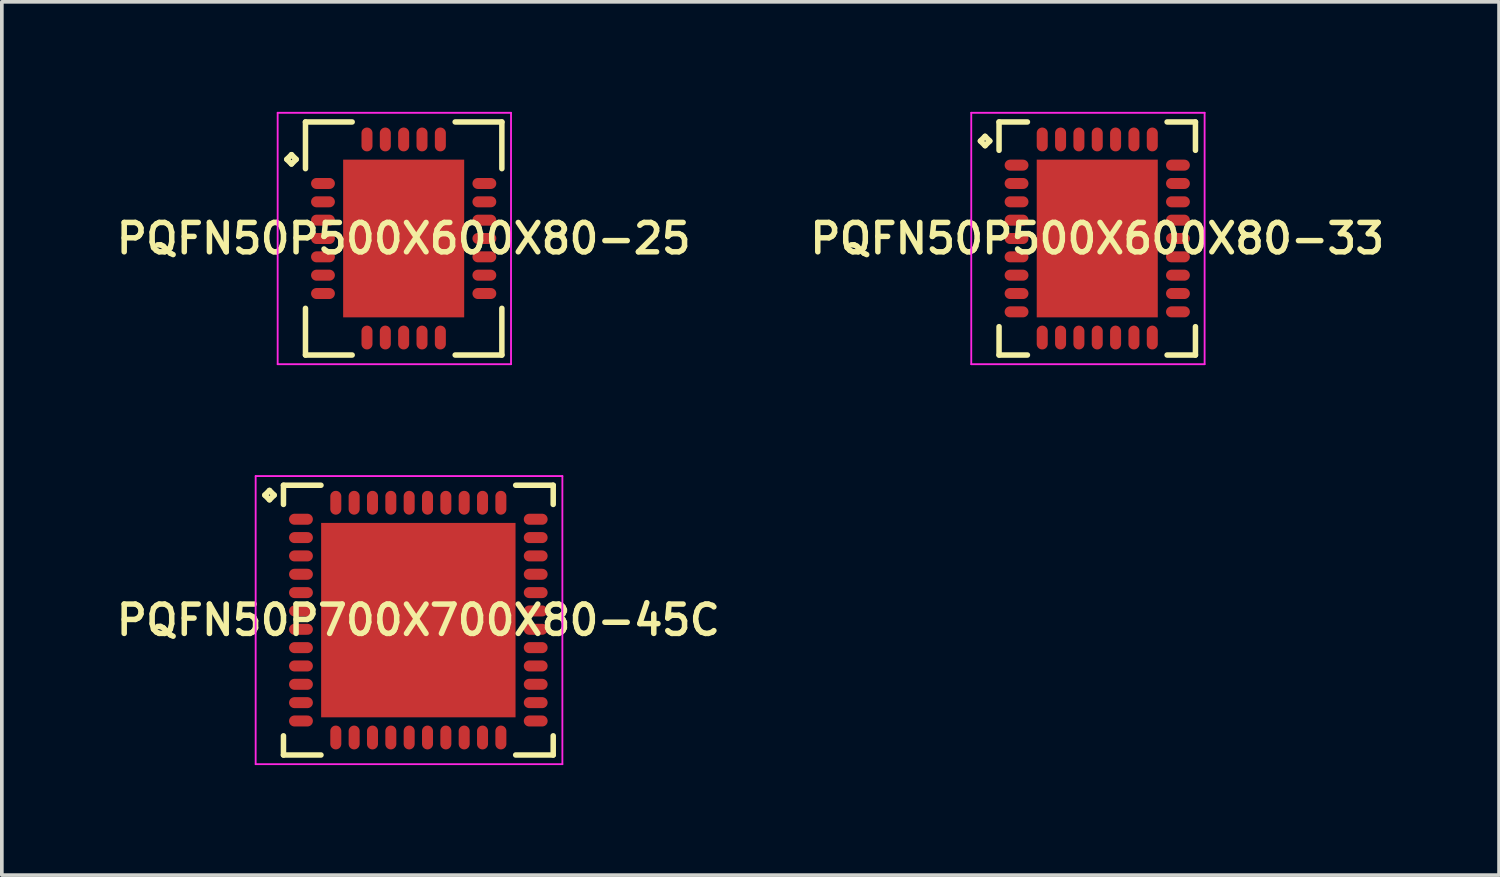
<source format=kicad_pcb>
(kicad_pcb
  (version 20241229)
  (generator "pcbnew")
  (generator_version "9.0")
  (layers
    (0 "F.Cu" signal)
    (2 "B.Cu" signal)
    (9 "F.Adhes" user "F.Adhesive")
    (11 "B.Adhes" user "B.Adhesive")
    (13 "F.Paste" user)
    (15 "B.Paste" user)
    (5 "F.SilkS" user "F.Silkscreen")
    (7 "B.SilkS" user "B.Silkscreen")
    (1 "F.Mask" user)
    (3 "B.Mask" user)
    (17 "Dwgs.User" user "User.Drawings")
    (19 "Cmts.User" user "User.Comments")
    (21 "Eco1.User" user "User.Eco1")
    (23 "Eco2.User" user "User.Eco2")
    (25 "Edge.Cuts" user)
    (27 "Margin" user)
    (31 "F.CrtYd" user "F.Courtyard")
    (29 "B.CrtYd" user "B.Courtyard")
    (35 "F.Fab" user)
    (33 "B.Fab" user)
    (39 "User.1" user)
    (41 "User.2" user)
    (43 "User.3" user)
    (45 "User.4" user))
  (footprint "PQFN50P700X700X80-45C"
    (layer "F.Cu")
    (at 8.355 13.856)
    (property "Reference" "PQFN50P700X700X80-45C" (at 0 0 0) (layer "F.SilkS") (effects (font (size 0.8 0.8) (thickness 0.15))))
    (attr smd)
    (fp_line (start -4.185 -3.408) (end -4.058 -3.535) (stroke (width 0.15) (type solid)) (layer "F.SilkS"))
    (fp_line (start -4.058 -3.535) (end -3.931 -3.408) (stroke (width 0.15) (type solid)) (layer "F.SilkS"))
    (fp_line (start -4.058 -3.281) (end -4.185 -3.408) (stroke (width 0.15) (type solid)) (layer "F.SilkS"))
    (fp_line (start -3.931 -3.408) (end -4.058 -3.281) (stroke (width 0.15) (type solid)) (layer "F.SilkS"))
    (fp_line (start -3.677 -3.677) (end -2.654 -3.677) (stroke (width 0.15) (type solid)) (layer "F.SilkS"))
    (fp_line (start -3.677 -3.154) (end -3.677 -3.677) (stroke (width 0.15) (type solid)) (layer "F.SilkS"))
    (fp_line (start -3.677 3.154) (end -3.677 3.677) (stroke (width 0.15) (type solid)) (layer "F.SilkS"))
    (fp_line (start -3.677 3.677) (end -2.654 3.677) (stroke (width 0.15) (type solid)) (layer "F.SilkS"))
    (fp_line (start 2.654 -3.677) (end 3.677 -3.677) (stroke (width 0.15) (type solid)) (layer "F.SilkS"))
    (fp_line (start 2.654 3.677) (end 3.677 3.677) (stroke (width 0.15) (type solid)) (layer "F.SilkS"))
    (fp_line (start 3.677 -3.677) (end 3.677 -3.154) (stroke (width 0.15) (type solid)) (layer "F.SilkS"))
    (fp_line (start 3.677 3.677) (end 3.677 3.154) (stroke (width 0.15) (type solid)) (layer "F.SilkS"))
    (fp_line (start -4.435 -3.927) (end 3.927 -3.927) (stroke (width 0.05) (type solid)) (layer "F.CrtYd"))
    (fp_line (start -4.435 3.927) (end -4.435 -3.927) (stroke (width 0.05) (type solid)) (layer "F.CrtYd"))
    (fp_line (start 3.927 -3.927) (end 3.927 3.927) (stroke (width 0.05) (type solid)) (layer "F.CrtYd"))
    (fp_line (start 3.927 3.927) (end -4.435 3.927) (stroke (width 0.05) (type solid)) (layer "F.CrtYd"))
    (pad "1" smd oval (at -3.2 -2.75) (size 0.65 0.3) (layers "F.Cu" "F.Mask" "F.Paste"))
    (pad "2" smd oval (at -3.2 -2.25) (size 0.65 0.3) (layers "F.Cu" "F.Mask" "F.Paste"))
    (pad "3" smd oval (at -3.2 -1.75) (size 0.65 0.3) (layers "F.Cu" "F.Mask" "F.Paste"))
    (pad "4" smd oval (at -3.2 -1.25) (size 0.65 0.3) (layers "F.Cu" "F.Mask" "F.Paste"))
    (pad "5" smd oval (at -3.2 -0.75) (size 0.65 0.3) (layers "F.Cu" "F.Mask" "F.Paste"))
    (pad "6" smd oval (at -3.2 -0.25) (size 0.65 0.3) (layers "F.Cu" "F.Mask" "F.Paste"))
    (pad "7" smd oval (at -3.2 0.25) (size 0.65 0.3) (layers "F.Cu" "F.Mask" "F.Paste"))
    (pad "8" smd oval (at -3.2 0.75) (size 0.65 0.3) (layers "F.Cu" "F.Mask" "F.Paste"))
    (pad "9" smd oval (at -3.2 1.25) (size 0.65 0.3) (layers "F.Cu" "F.Mask" "F.Paste"))
    (pad "10" smd oval (at -3.2 1.75) (size 0.65 0.3) (layers "F.Cu" "F.Mask" "F.Paste"))
    (pad "11" smd oval (at -3.2 2.25) (size 0.65 0.3) (layers "F.Cu" "F.Mask" "F.Paste"))
    (pad "12" smd oval (at -3.2 2.75) (size 0.65 0.3) (layers "F.Cu" "F.Mask" "F.Paste"))
    (pad "13" smd oval (at -2.25 3.2) (size 0.3 0.65) (layers "F.Cu" "F.Mask" "F.Paste"))
    (pad "14" smd oval (at -1.75 3.2) (size 0.3 0.65) (layers "F.Cu" "F.Mask" "F.Paste"))
    (pad "15" smd oval (at -1.25 3.2) (size 0.3 0.65) (layers "F.Cu" "F.Mask" "F.Paste"))
    (pad "16" smd oval (at -0.75 3.2) (size 0.3 0.65) (layers "F.Cu" "F.Mask" "F.Paste"))
    (pad "17" smd oval (at -0.25 3.2) (size 0.3 0.65) (layers "F.Cu" "F.Mask" "F.Paste"))
    (pad "18" smd oval (at 0.25 3.2) (size 0.3 0.65) (layers "F.Cu" "F.Mask" "F.Paste"))
    (pad "19" smd oval (at 0.75 3.2) (size 0.3 0.65) (layers "F.Cu" "F.Mask" "F.Paste"))
    (pad "20" smd oval (at 1.25 3.2) (size 0.3 0.65) (layers "F.Cu" "F.Mask" "F.Paste"))
    (pad "21" smd oval (at 1.75 3.2) (size 0.3 0.65) (layers "F.Cu" "F.Mask" "F.Paste"))
    (pad "22" smd oval (at 2.25 3.2) (size 0.3 0.65) (layers "F.Cu" "F.Mask" "F.Paste"))
    (pad "23" smd oval (at 3.2 2.75) (size 0.65 0.3) (layers "F.Cu" "F.Mask" "F.Paste"))
    (pad "24" smd oval (at 3.2 2.25) (size 0.65 0.3) (layers "F.Cu" "F.Mask" "F.Paste"))
    (pad "25" smd oval (at 3.2 1.75) (size 0.65 0.3) (layers "F.Cu" "F.Mask" "F.Paste"))
    (pad "26" smd oval (at 3.2 1.25) (size 0.65 0.3) (layers "F.Cu" "F.Mask" "F.Paste"))
    (pad "27" smd oval (at 3.2 0.75) (size 0.65 0.3) (layers "F.Cu" "F.Mask" "F.Paste"))
    (pad "28" smd oval (at 3.2 0.25) (size 0.65 0.3) (layers "F.Cu" "F.Mask" "F.Paste"))
    (pad "29" smd oval (at 3.2 -0.25) (size 0.65 0.3) (layers "F.Cu" "F.Mask" "F.Paste"))
    (pad "30" smd oval (at 3.2 -0.75) (size 0.65 0.3) (layers "F.Cu" "F.Mask" "F.Paste"))
    (pad "31" smd oval (at 3.2 -1.25) (size 0.65 0.3) (layers "F.Cu" "F.Mask" "F.Paste"))
    (pad "32" smd oval (at 3.2 -1.75) (size 0.65 0.3) (layers "F.Cu" "F.Mask" "F.Paste"))
    (pad "33" smd oval (at 3.2 -2.25) (size 0.65 0.3) (layers "F.Cu" "F.Mask" "F.Paste"))
    (pad "34" smd oval (at 3.2 -2.75) (size 0.65 0.3) (layers "F.Cu" "F.Mask" "F.Paste"))
    (pad "35" smd oval (at 2.25 -3.2) (size 0.3 0.65) (layers "F.Cu" "F.Mask" "F.Paste"))
    (pad "36" smd oval (at 1.75 -3.2) (size 0.3 0.65) (layers "F.Cu" "F.Mask" "F.Paste"))
    (pad "37" smd oval (at 1.25 -3.2) (size 0.3 0.65) (layers "F.Cu" "F.Mask" "F.Paste"))
    (pad "38" smd oval (at 0.75 -3.2) (size 0.3 0.65) (layers "F.Cu" "F.Mask" "F.Paste"))
    (pad "39" smd oval (at 0.25 -3.2) (size 0.3 0.65) (layers "F.Cu" "F.Mask" "F.Paste"))
    (pad "40" smd oval (at -0.25 -3.2) (size 0.3 0.65) (layers "F.Cu" "F.Mask" "F.Paste"))
    (pad "41" smd oval (at -0.75 -3.2) (size 0.3 0.65) (layers "F.Cu" "F.Mask" "F.Paste"))
    (pad "42" smd oval (at -1.25 -3.2) (size 0.3 0.65) (layers "F.Cu" "F.Mask" "F.Paste"))
    (pad "43" smd oval (at -1.75 -3.2) (size 0.3 0.65) (layers "F.Cu" "F.Mask" "F.Paste"))
    (pad "44" smd oval (at -2.25 -3.2) (size 0.3 0.65) (layers "F.Cu" "F.Mask" "F.Paste"))
    (pad "45" smd rect (at 0 0) (size 5.3 5.3) (layers "F.Cu" "F.Mask" "F.Paste")))
  (footprint "PQFN50P500X600X80-25"
    (layer "F.Cu")
    (at 7.955 3.452)
    (property "Reference" "PQFN50P500X600X80-25" (at 0 0 0) (layer "F.SilkS") (effects (font (size 0.8 0.8) (thickness 0.15))))
    (attr smd)
    (fp_line (start -3.185 -2.158) (end -3.058 -2.285) (stroke (width 0.15) (type solid)) (layer "F.SilkS"))
    (fp_line (start -3.058 -2.285) (end -2.931 -2.158) (stroke (width 0.15) (type solid)) (layer "F.SilkS"))
    (fp_line (start -3.058 -2.031) (end -3.185 -2.158) (stroke (width 0.15) (type solid)) (layer "F.SilkS"))
    (fp_line (start -2.931 -2.158) (end -3.058 -2.031) (stroke (width 0.15) (type solid)) (layer "F.SilkS"))
    (fp_line (start -2.677 -3.177) (end -1.404 -3.177) (stroke (width 0.15) (type solid)) (layer "F.SilkS"))
    (fp_line (start -2.677 -1.904) (end -2.677 -3.177) (stroke (width 0.15) (type solid)) (layer "F.SilkS"))
    (fp_line (start -2.677 1.904) (end -2.677 3.177) (stroke (width 0.15) (type solid)) (layer "F.SilkS"))
    (fp_line (start -2.677 3.177) (end -1.404 3.177) (stroke (width 0.15) (type solid)) (layer "F.SilkS"))
    (fp_line (start 1.404 -3.177) (end 2.677 -3.177) (stroke (width 0.15) (type solid)) (layer "F.SilkS"))
    (fp_line (start 1.404 3.177) (end 2.677 3.177) (stroke (width 0.15) (type solid)) (layer "F.SilkS"))
    (fp_line (start 2.677 -3.177) (end 2.677 -1.904) (stroke (width 0.15) (type solid)) (layer "F.SilkS"))
    (fp_line (start 2.677 3.177) (end 2.677 1.904) (stroke (width 0.15) (type solid)) (layer "F.SilkS"))
    (fp_line (start -3.435 -3.427) (end 2.927 -3.427) (stroke (width 0.05) (type solid)) (layer "F.CrtYd"))
    (fp_line (start -3.435 3.427) (end -3.435 -3.427) (stroke (width 0.05) (type solid)) (layer "F.CrtYd"))
    (fp_line (start 2.927 -3.427) (end 2.927 3.427) (stroke (width 0.05) (type solid)) (layer "F.CrtYd"))
    (fp_line (start 2.927 3.427) (end -3.435 3.427) (stroke (width 0.05) (type solid)) (layer "F.CrtYd"))
    (pad "1" smd oval (at -2.2 -1.5) (size 0.65 0.3) (layers "F.Cu" "F.Mask" "F.Paste"))
    (pad "2" smd oval (at -2.2 -1) (size 0.65 0.3) (layers "F.Cu" "F.Mask" "F.Paste"))
    (pad "3" smd oval (at -2.2 -0.5) (size 0.65 0.3) (layers "F.Cu" "F.Mask" "F.Paste"))
    (pad "4" smd oval (at -2.2 0) (size 0.65 0.3) (layers "F.Cu" "F.Mask" "F.Paste"))
    (pad "5" smd oval (at -2.2 0.5) (size 0.65 0.3) (layers "F.Cu" "F.Mask" "F.Paste"))
    (pad "6" smd oval (at -2.2 1) (size 0.65 0.3) (layers "F.Cu" "F.Mask" "F.Paste"))
    (pad "7" smd oval (at -2.2 1.5) (size 0.65 0.3) (layers "F.Cu" "F.Mask" "F.Paste"))
    (pad "8" smd oval (at -1 2.7) (size 0.3 0.65) (layers "F.Cu" "F.Mask" "F.Paste"))
    (pad "9" smd oval (at -0.5 2.7) (size 0.3 0.65) (layers "F.Cu" "F.Mask" "F.Paste"))
    (pad "10" smd oval (at 0 2.7) (size 0.3 0.65) (layers "F.Cu" "F.Mask" "F.Paste"))
    (pad "11" smd oval (at 0.5 2.7) (size 0.3 0.65) (layers "F.Cu" "F.Mask" "F.Paste"))
    (pad "12" smd oval (at 1 2.7) (size 0.3 0.65) (layers "F.Cu" "F.Mask" "F.Paste"))
    (pad "13" smd oval (at 2.2 1.5) (size 0.65 0.3) (layers "F.Cu" "F.Mask" "F.Paste"))
    (pad "14" smd oval (at 2.2 1) (size 0.65 0.3) (layers "F.Cu" "F.Mask" "F.Paste"))
    (pad "15" smd oval (at 2.2 0.5) (size 0.65 0.3) (layers "F.Cu" "F.Mask" "F.Paste"))
    (pad "16" smd oval (at 2.2 0) (size 0.65 0.3) (layers "F.Cu" "F.Mask" "F.Paste"))
    (pad "17" smd oval (at 2.2 -0.5) (size 0.65 0.3) (layers "F.Cu" "F.Mask" "F.Paste"))
    (pad "18" smd oval (at 2.2 -1) (size 0.65 0.3) (layers "F.Cu" "F.Mask" "F.Paste"))
    (pad "19" smd oval (at 2.2 -1.5) (size 0.65 0.3) (layers "F.Cu" "F.Mask" "F.Paste"))
    (pad "20" smd oval (at 1 -2.7) (size 0.3 0.65) (layers "F.Cu" "F.Mask" "F.Paste"))
    (pad "21" smd oval (at 0.5 -2.7) (size 0.3 0.65) (layers "F.Cu" "F.Mask" "F.Paste"))
    (pad "22" smd oval (at 0 -2.7) (size 0.3 0.65) (layers "F.Cu" "F.Mask" "F.Paste"))
    (pad "23" smd oval (at -0.5 -2.7) (size 0.3 0.65) (layers "F.Cu" "F.Mask" "F.Paste"))
    (pad "24" smd oval (at -1 -2.7) (size 0.3 0.65) (layers "F.Cu" "F.Mask" "F.Paste"))
    (pad "25" smd rect (at 0 0) (size 3.3 4.3) (layers "F.Cu" "F.Mask" "F.Paste")))
  (footprint "PQFN50P500X600X80-33"
    (layer "F.Cu")
    (at 26.864 3.452)
    (property "Reference" "PQFN50P500X600X80-33" (at 0 0 0) (layer "F.SilkS") (effects (font (size 0.8 0.8) (thickness 0.15))))
    (attr smd)
    (fp_line (start -3.185 -2.658) (end -3.058 -2.785) (stroke (width 0.15) (type solid)) (layer "F.SilkS"))
    (fp_line (start -3.058 -2.785) (end -2.931 -2.658) (stroke (width 0.15) (type solid)) (layer "F.SilkS"))
    (fp_line (start -3.058 -2.531) (end -3.185 -2.658) (stroke (width 0.15) (type solid)) (layer "F.SilkS"))
    (fp_line (start -2.931 -2.658) (end -3.058 -2.531) (stroke (width 0.15) (type solid)) (layer "F.SilkS"))
    (fp_line (start -2.677 -3.177) (end -1.904 -3.177) (stroke (width 0.15) (type solid)) (layer "F.SilkS"))
    (fp_line (start -2.677 -2.404) (end -2.677 -3.177) (stroke (width 0.15) (type solid)) (layer "F.SilkS"))
    (fp_line (start -2.677 2.404) (end -2.677 3.177) (stroke (width 0.15) (type solid)) (layer "F.SilkS"))
    (fp_line (start -2.677 3.177) (end -1.904 3.177) (stroke (width 0.15) (type solid)) (layer "F.SilkS"))
    (fp_line (start 1.904 -3.177) (end 2.677 -3.177) (stroke (width 0.15) (type solid)) (layer "F.SilkS"))
    (fp_line (start 1.904 3.177) (end 2.677 3.177) (stroke (width 0.15) (type solid)) (layer "F.SilkS"))
    (fp_line (start 2.677 -3.177) (end 2.677 -2.404) (stroke (width 0.15) (type solid)) (layer "F.SilkS"))
    (fp_line (start 2.677 3.177) (end 2.677 2.404) (stroke (width 0.15) (type solid)) (layer "F.SilkS"))
    (fp_line (start -3.435 -3.427) (end 2.927 -3.427) (stroke (width 0.05) (type solid)) (layer "F.CrtYd"))
    (fp_line (start -3.435 3.427) (end -3.435 -3.427) (stroke (width 0.05) (type solid)) (layer "F.CrtYd"))
    (fp_line (start 2.927 -3.427) (end 2.927 3.427) (stroke (width 0.05) (type solid)) (layer "F.CrtYd"))
    (fp_line (start 2.927 3.427) (end -3.435 3.427) (stroke (width 0.05) (type solid)) (layer "F.CrtYd"))
    (pad "1" smd oval (at -2.2 -2) (size 0.65 0.3) (layers "F.Cu" "F.Mask" "F.Paste"))
    (pad "2" smd oval (at -2.2 -1.5) (size 0.65 0.3) (layers "F.Cu" "F.Mask" "F.Paste"))
    (pad "3" smd oval (at -2.2 -1) (size 0.65 0.3) (layers "F.Cu" "F.Mask" "F.Paste"))
    (pad "4" smd oval (at -2.2 -0.5) (size 0.65 0.3) (layers "F.Cu" "F.Mask" "F.Paste"))
    (pad "5" smd oval (at -2.2 0) (size 0.65 0.3) (layers "F.Cu" "F.Mask" "F.Paste"))
    (pad "6" smd oval (at -2.2 0.5) (size 0.65 0.3) (layers "F.Cu" "F.Mask" "F.Paste"))
    (pad "7" smd oval (at -2.2 1) (size 0.65 0.3) (layers "F.Cu" "F.Mask" "F.Paste"))
    (pad "8" smd oval (at -2.2 1.5) (size 0.65 0.3) (layers "F.Cu" "F.Mask" "F.Paste"))
    (pad "9" smd oval (at -2.2 2) (size 0.65 0.3) (layers "F.Cu" "F.Mask" "F.Paste"))
    (pad "10" smd oval (at -1.5 2.7) (size 0.3 0.65) (layers "F.Cu" "F.Mask" "F.Paste"))
    (pad "11" smd oval (at -1 2.7) (size 0.3 0.65) (layers "F.Cu" "F.Mask" "F.Paste"))
    (pad "12" smd oval (at -0.5 2.7) (size 0.3 0.65) (layers "F.Cu" "F.Mask" "F.Paste"))
    (pad "13" smd oval (at 0 2.7) (size 0.3 0.65) (layers "F.Cu" "F.Mask" "F.Paste"))
    (pad "14" smd oval (at 0.5 2.7) (size 0.3 0.65) (layers "F.Cu" "F.Mask" "F.Paste"))
    (pad "15" smd oval (at 1 2.7) (size 0.3 0.65) (layers "F.Cu" "F.Mask" "F.Paste"))
    (pad "16" smd oval (at 1.5 2.7) (size 0.3 0.65) (layers "F.Cu" "F.Mask" "F.Paste"))
    (pad "17" smd oval (at 2.2 2) (size 0.65 0.3) (layers "F.Cu" "F.Mask" "F.Paste"))
    (pad "18" smd oval (at 2.2 1.5) (size 0.65 0.3) (layers "F.Cu" "F.Mask" "F.Paste"))
    (pad "19" smd oval (at 2.2 1) (size 0.65 0.3) (layers "F.Cu" "F.Mask" "F.Paste"))
    (pad "20" smd oval (at 2.2 0.5) (size 0.65 0.3) (layers "F.Cu" "F.Mask" "F.Paste"))
    (pad "21" smd oval (at 2.2 0) (size 0.65 0.3) (layers "F.Cu" "F.Mask" "F.Paste"))
    (pad "22" smd oval (at 2.2 -0.5) (size 0.65 0.3) (layers "F.Cu" "F.Mask" "F.Paste"))
    (pad "23" smd oval (at 2.2 -1) (size 0.65 0.3) (layers "F.Cu" "F.Mask" "F.Paste"))
    (pad "24" smd oval (at 2.2 -1.5) (size 0.65 0.3) (layers "F.Cu" "F.Mask" "F.Paste"))
    (pad "25" smd oval (at 2.2 -2) (size 0.65 0.3) (layers "F.Cu" "F.Mask" "F.Paste"))
    (pad "26" smd oval (at 1.5 -2.7) (size 0.3 0.65) (layers "F.Cu" "F.Mask" "F.Paste"))
    (pad "27" smd oval (at 1 -2.7) (size 0.3 0.65) (layers "F.Cu" "F.Mask" "F.Paste"))
    (pad "28" smd oval (at 0.5 -2.7) (size 0.3 0.65) (layers "F.Cu" "F.Mask" "F.Paste"))
    (pad "29" smd oval (at 0 -2.7) (size 0.3 0.65) (layers "F.Cu" "F.Mask" "F.Paste"))
    (pad "30" smd oval (at -0.5 -2.7) (size 0.3 0.65) (layers "F.Cu" "F.Mask" "F.Paste"))
    (pad "31" smd oval (at -1 -2.7) (size 0.3 0.65) (layers "F.Cu" "F.Mask" "F.Paste"))
    (pad "32" smd oval (at -1.5 -2.7) (size 0.3 0.65) (layers "F.Cu" "F.Mask" "F.Paste"))
    (pad "33" smd rect (at 0 0) (size 3.3 4.3) (layers "F.Cu" "F.Mask" "F.Paste")))
  (gr_rect
    (start -3 -3)
    (end 37.818 20.808)
    (stroke (width 0.1) (type default))
    (fill no)
    (layer "Edge.Cuts")))
</source>
